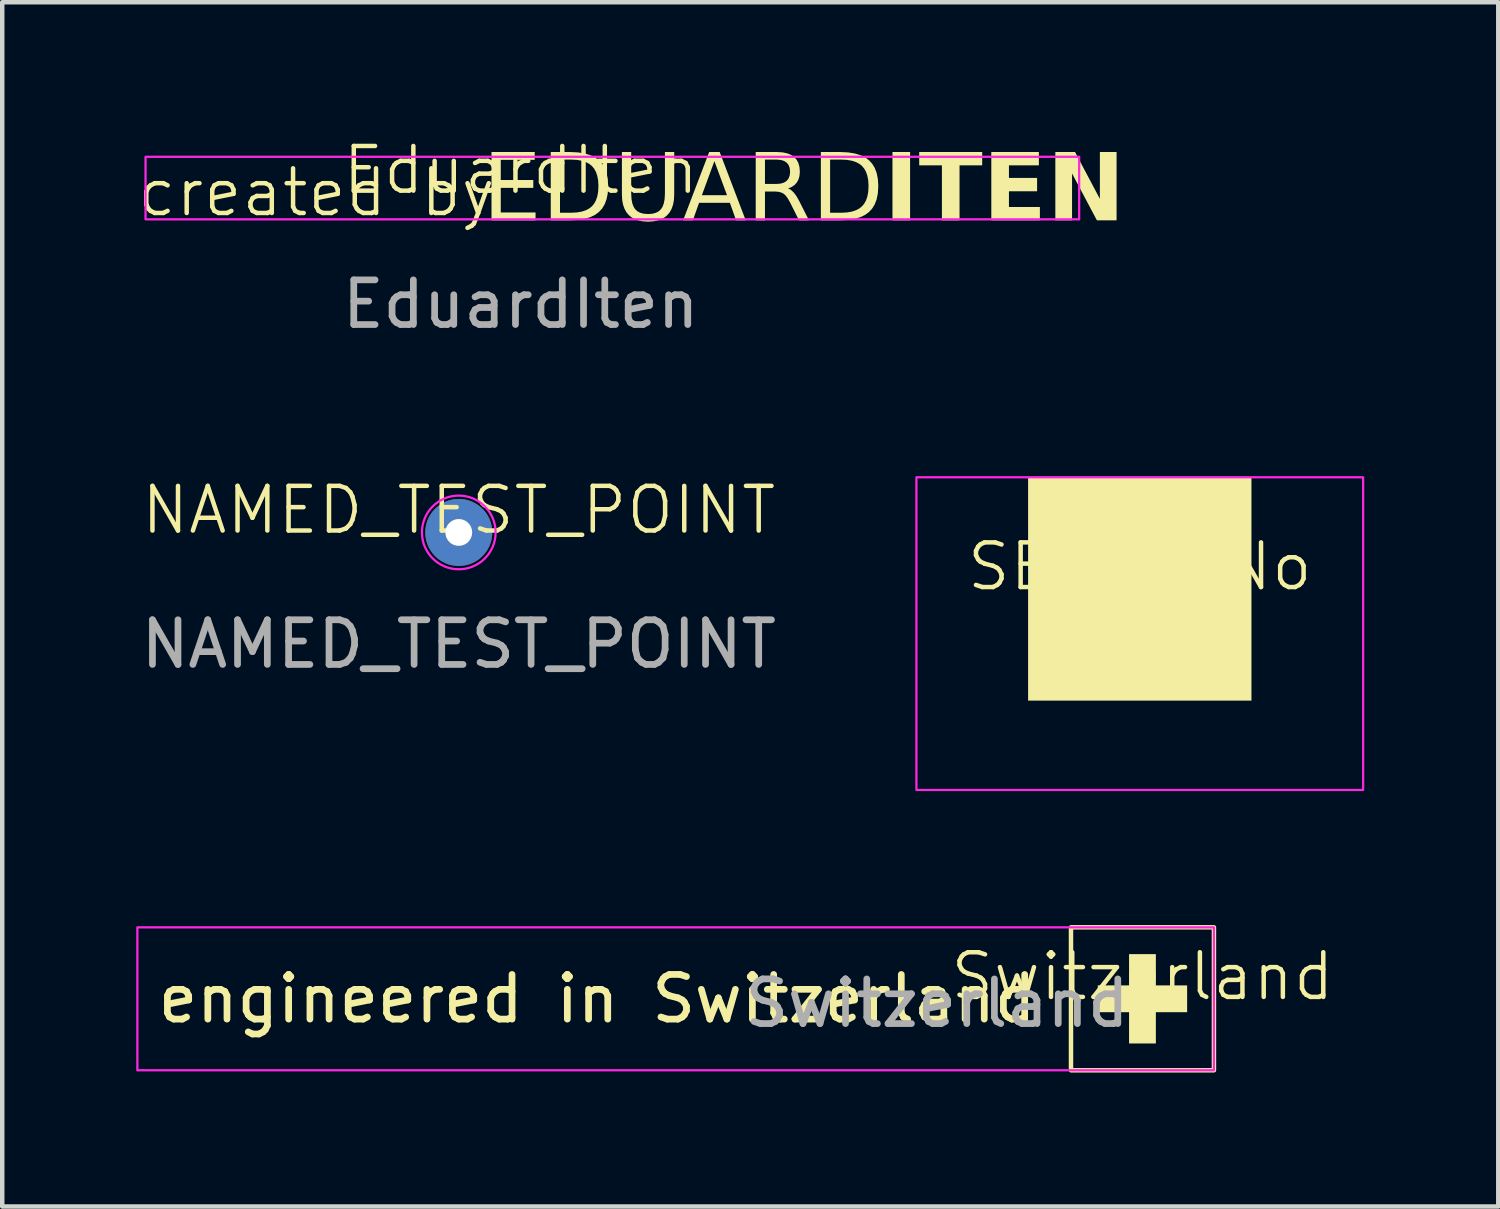
<source format=kicad_pcb>
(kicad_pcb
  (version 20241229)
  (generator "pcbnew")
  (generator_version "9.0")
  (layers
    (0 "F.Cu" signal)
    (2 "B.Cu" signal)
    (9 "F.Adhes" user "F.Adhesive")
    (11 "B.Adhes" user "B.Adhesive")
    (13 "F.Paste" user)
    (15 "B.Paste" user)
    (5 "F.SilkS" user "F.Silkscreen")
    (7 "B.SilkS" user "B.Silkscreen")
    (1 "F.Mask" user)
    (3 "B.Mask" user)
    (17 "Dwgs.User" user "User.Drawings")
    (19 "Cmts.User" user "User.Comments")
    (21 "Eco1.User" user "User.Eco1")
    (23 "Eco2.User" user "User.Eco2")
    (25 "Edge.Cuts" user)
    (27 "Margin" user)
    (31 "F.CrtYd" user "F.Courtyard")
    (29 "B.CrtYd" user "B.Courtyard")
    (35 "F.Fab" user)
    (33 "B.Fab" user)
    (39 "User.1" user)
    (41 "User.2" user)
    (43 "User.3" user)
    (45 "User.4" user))
  (footprint "NAMED_TEST_POINT"
    (layer "F.Cu")
    (at 7.22 8.869)
    (property "Reference" "NAMED_TEST_POINT" (at 0 -0.5 0) (unlocked yes) (layer "F.SilkS") (effects (font (size 1 1) (thickness 0.1))))
    (property "Field4" "${SHORT_NET_NAME(1)}" (at 1 0 0) (layer "F.SilkS") (effects (font (size 1 1) (thickness 0.15)) (justify left)))
    (property "Field5" "${SHORT_NET_NAME(1)}" (at 1 0 0) (layer "B.SilkS") (effects (font (size 1 1) (thickness 0.15)) (justify right mirror)))
    (attr smd)
    (fp_circle (center 0 0) (end 0.8 0.2) (stroke (width 0.05) (type default)) (fill no) (layer "F.CrtYd"))
    (fp_text user "${REFERENCE}" (at 0 2.5 0) (unlocked yes) (layer "F.Fab") (effects (font (size 1 1) (thickness 0.15))))
    (pad "1" thru_hole circle (at 0 0) (size 1.5 1.5) (drill 0.6) (layers "*.Cu" "*.Mask")))
  (footprint "EduardIten"
    (layer "F.Cu")
    (at 8.608 1.26)
    (property "Reference" "EduardIten" (at 0 -0.5 0) (unlocked yes) (layer "F.SilkS") (effects (font (size 1 1) (thickness 0.1))))
    (fp_rect (start -8.4 -0.8) (end 12.5 0.6) (stroke (width 0.05) (type default)) (fill no) (layer "F.CrtYd"))
    (fp_text user "EDUARD" (at 8.128 0 0) (unlocked yes) (layer "F.SilkS") (effects (font (face "Exo 2 Light") (size 1.5 1.5) (thickness 0.15)) (justify right)))
    (fp_text user "created by" (at -0.508 0 0) (unlocked yes) (layer "F.SilkS") (effects (font (size 1 1) (thickness 0.1)) (justify right)))
    (fp_text user "ITEN" (at 8.128 0 0) (unlocked yes) (layer "F.SilkS") (effects (font (face "Exo 2 Semi Bold") (size 1.5 1.5) (thickness 0.1)) (justify left)))
    (fp_text user "${REFERENCE}" (at 0 2.5 0) (unlocked yes) (layer "F.Fab") (effects (font (size 1 1) (thickness 0.15)))))
  (footprint "Switzerland"
    (layer "F.Cu")
    (at 22.525 19.309)
    (property "Reference" "Switzerland" (at 0 -0.5 0) (unlocked yes) (layer "F.SilkS") (effects (font (size 1 1) (thickness 0.1))))
    (fp_rect (start -1.6 -1.6) (end 1.6 1.6) (stroke (width 0.1) (type default)) (fill no) (layer "F.SilkS"))
    (fp_poly (pts (xy -1 0.3) (xy -1 -0.3) (xy -0.3 -0.3) (xy -0.3 -1) (xy 0.3 -1) (xy 0.3 -0.3) (xy 1 -0.3) (xy 1 0.3) (xy 0.3 0.3) (xy 0.3 1) (xy -0.3 1) (xy -0.3 0.3)) (stroke (width 0) (type solid)) (fill yes) (layer "F.SilkS"))
    (fp_rect (start -22.5 -1.6) (end 1.6 1.6) (stroke (width 0.05) (type default)) (fill no) (layer "F.CrtYd"))
    (fp_text user "engineered in Switzerland" (at -2.3 0 0) (unlocked yes) (layer "F.SilkS") (effects (font (size 1 1) (thickness 0.15)) (justify right)))
    (fp_text user "${REFERENCE}" (at -4.6 0.1 0) (unlocked yes) (layer "F.Fab") (effects (font (size 1 1) (thickness 0.15)))))
  (footprint "SERIAL_No"
    (layer "F.Cu")
    (at 22.465 10.134)
    (property "Reference" "SERIAL_No" (at 0 -0.5 0) (unlocked yes) (layer "F.SilkS") (effects (font (size 1 1) (thickness 0.1))))
    (fp_rect (start -2.5 -2.5) (end 2.5 2.5) (stroke (width 0) (type solid)) (fill yes) (layer "F.SilkS"))
    (fp_rect (start -5 -2.5) (end 5 4.5) (stroke (width 0.05) (type default)) (fill no) (layer "F.CrtYd")))
  (gr_rect
    (start -3 -3)
    (end 30.49 23.959)
    (stroke (width 0.1) (type default))
    (fill no)
    (layer "Edge.Cuts")))
</source>
